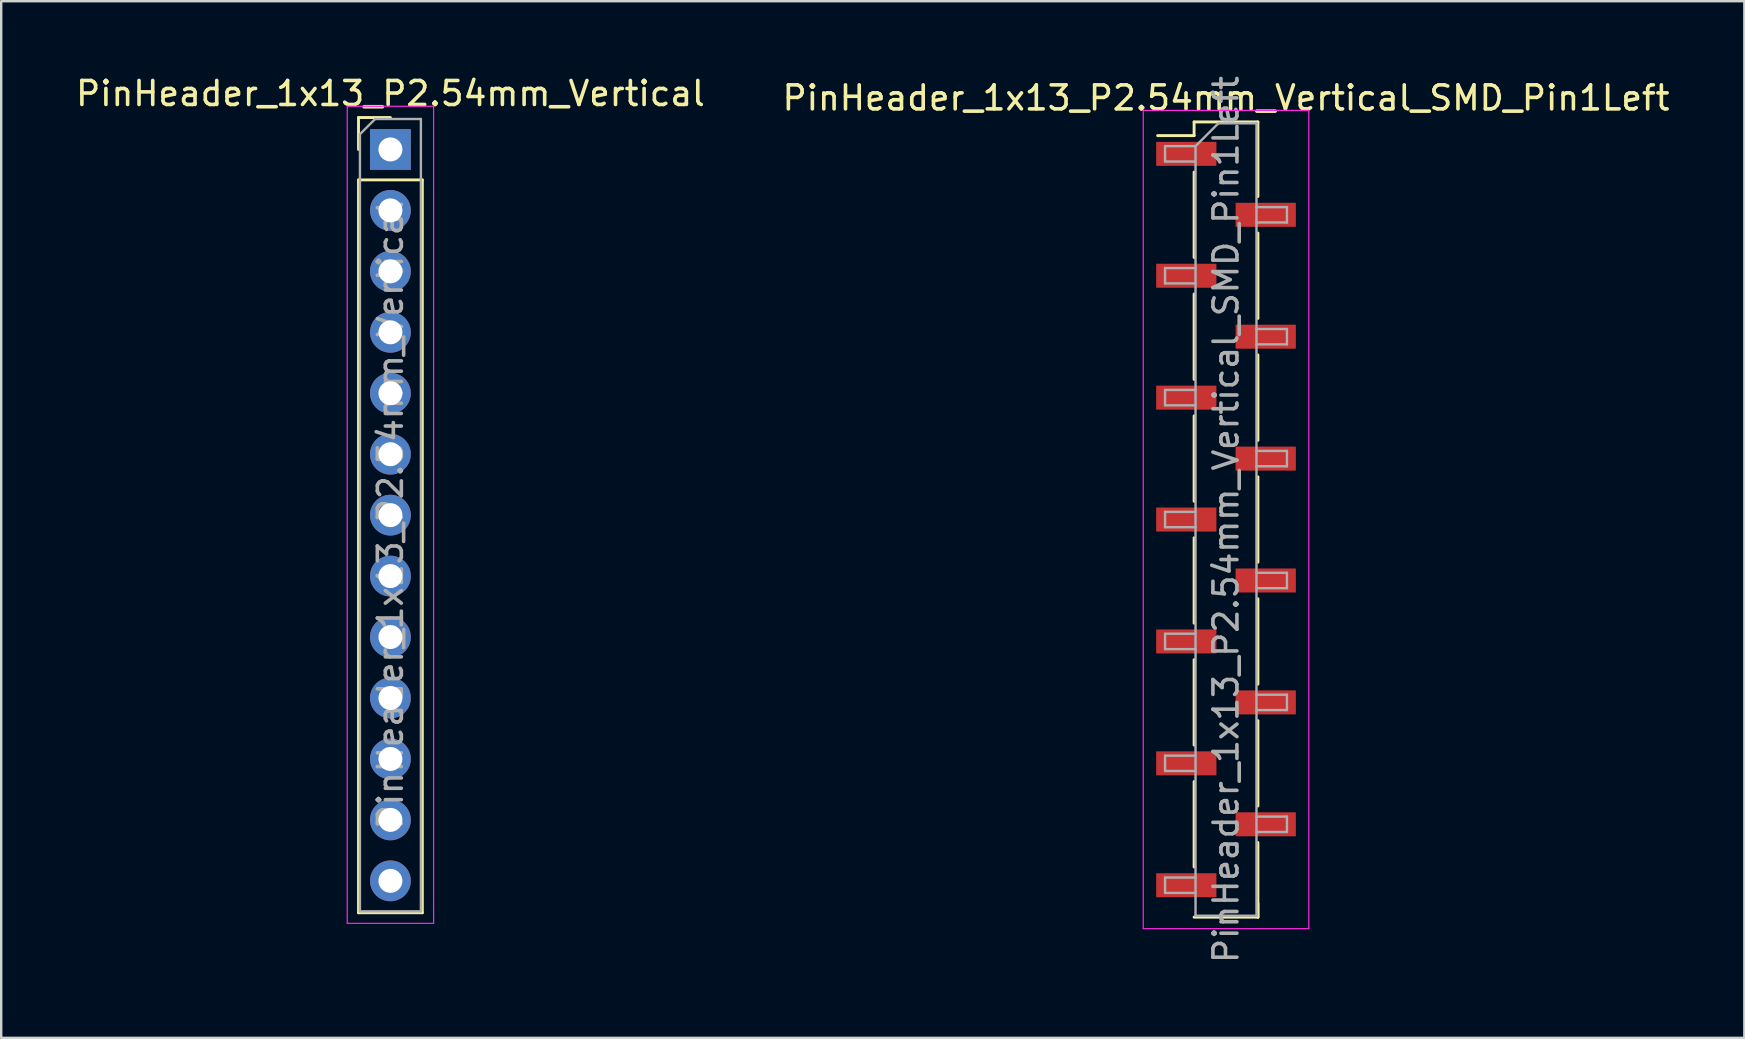
<source format=kicad_pcb>
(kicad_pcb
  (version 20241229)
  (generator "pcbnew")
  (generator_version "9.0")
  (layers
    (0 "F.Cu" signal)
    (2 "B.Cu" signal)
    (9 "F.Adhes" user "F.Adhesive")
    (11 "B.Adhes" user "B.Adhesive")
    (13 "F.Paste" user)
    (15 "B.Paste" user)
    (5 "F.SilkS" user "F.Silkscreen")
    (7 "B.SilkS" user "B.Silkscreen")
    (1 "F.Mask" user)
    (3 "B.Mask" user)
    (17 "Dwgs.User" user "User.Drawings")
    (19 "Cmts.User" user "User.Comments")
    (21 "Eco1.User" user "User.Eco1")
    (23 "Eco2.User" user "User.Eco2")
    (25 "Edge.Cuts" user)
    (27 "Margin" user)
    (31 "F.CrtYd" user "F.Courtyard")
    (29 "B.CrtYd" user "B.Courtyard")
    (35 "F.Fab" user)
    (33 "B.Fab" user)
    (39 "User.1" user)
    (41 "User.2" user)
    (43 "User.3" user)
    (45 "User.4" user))
  (footprint "PinHeader_1x13_P2.54mm_Vertical"
    (layer "F.Cu")
    (at 13.22 3.178)
    (property "Reference" "PinHeader_1x13_P2.54mm_Vertical" (at 0 -2.33 0) (layer "F.SilkS") (effects (font (size 1 1) (thickness 0.15))))
    (attr through_hole)
    (fp_line (start -1.33 -1.33) (end 0 -1.33) (stroke (width 0.12) (type solid)) (layer "F.SilkS"))
    (fp_line (start -1.33 0) (end -1.33 -1.33) (stroke (width 0.12) (type solid)) (layer "F.SilkS"))
    (fp_line (start -1.33 1.27) (end -1.33 31.81) (stroke (width 0.12) (type solid)) (layer "F.SilkS"))
    (fp_line (start -1.33 1.27) (end 1.33 1.27) (stroke (width 0.12) (type solid)) (layer "F.SilkS"))
    (fp_line (start -1.33 31.81) (end 1.33 31.81) (stroke (width 0.12) (type solid)) (layer "F.SilkS"))
    (fp_line (start 1.33 1.27) (end 1.33 31.81) (stroke (width 0.12) (type solid)) (layer "F.SilkS"))
    (fp_line (start -1.8 -1.8) (end -1.8 32.25) (stroke (width 0.05) (type solid)) (layer "F.CrtYd"))
    (fp_line (start -1.8 32.25) (end 1.8 32.25) (stroke (width 0.05) (type solid)) (layer "F.CrtYd"))
    (fp_line (start 1.8 -1.8) (end -1.8 -1.8) (stroke (width 0.05) (type solid)) (layer "F.CrtYd"))
    (fp_line (start 1.8 32.25) (end 1.8 -1.8) (stroke (width 0.05) (type solid)) (layer "F.CrtYd"))
    (fp_line (start -1.27 -0.635) (end -0.635 -1.27) (stroke (width 0.1) (type solid)) (layer "F.Fab"))
    (fp_line (start -1.27 31.75) (end -1.27 -0.635) (stroke (width 0.1) (type solid)) (layer "F.Fab"))
    (fp_line (start -0.635 -1.27) (end 1.27 -1.27) (stroke (width 0.1) (type solid)) (layer "F.Fab"))
    (fp_line (start 1.27 -1.27) (end 1.27 31.75) (stroke (width 0.1) (type solid)) (layer "F.Fab"))
    (fp_line (start 1.27 31.75) (end -1.27 31.75) (stroke (width 0.1) (type solid)) (layer "F.Fab"))
    (fp_text user "${REFERENCE}" (at 0 15.24 90) (layer "F.Fab") (effects (font (size 1 1) (thickness 0.15))))
    (pad "1" thru_hole rect (at 0 0) (size 1.7 1.7) (drill 1) (layers "*.Cu" "*.Mask"))
    (pad "2" thru_hole oval (at 0 2.54) (size 1.7 1.7) (drill 1) (layers "*.Cu" "*.Mask"))
    (pad "3" thru_hole oval (at 0 5.08) (size 1.7 1.7) (drill 1) (layers "*.Cu" "*.Mask"))
    (pad "4" thru_hole oval (at 0 7.62) (size 1.7 1.7) (drill 1) (layers "*.Cu" "*.Mask"))
    (pad "5" thru_hole oval (at 0 10.16) (size 1.7 1.7) (drill 1) (layers "*.Cu" "*.Mask"))
    (pad "6" thru_hole oval (at 0 12.7) (size 1.7 1.7) (drill 1) (layers "*.Cu" "*.Mask"))
    (pad "7" thru_hole oval (at 0 15.24) (size 1.7 1.7) (drill 1) (layers "*.Cu" "*.Mask"))
    (pad "8" thru_hole oval (at 0 17.78) (size 1.7 1.7) (drill 1) (layers "*.Cu" "*.Mask"))
    (pad "9" thru_hole oval (at 0 20.32) (size 1.7 1.7) (drill 1) (layers "*.Cu" "*.Mask"))
    (pad "10" thru_hole oval (at 0 22.86) (size 1.7 1.7) (drill 1) (layers "*.Cu" "*.Mask"))
    (pad "11" thru_hole oval (at 0 25.4) (size 1.7 1.7) (drill 1) (layers "*.Cu" "*.Mask"))
    (pad "12" thru_hole oval (at 0 27.94) (size 1.7 1.7) (drill 1) (layers "*.Cu" "*.Mask"))
    (pad "13" thru_hole oval (at 0 30.48) (size 1.7 1.7) (drill 1) (layers "*.Cu" "*.Mask")))
  (footprint "PinHeader_1x13_P2.54mm_Vertical_SMD_Pin1Left"
    (layer "F.Cu")
    (at 48.042 18.601)
    (property "Reference" "PinHeader_1x13_P2.54mm_Vertical_SMD_Pin1Left" (at 0 -17.57 0) (layer "F.SilkS") (effects (font (size 1 1) (thickness 0.15))))
    (attr smd)
    (fp_line (start -1.33 -16.57) (end -1.33 -16) (stroke (width 0.12) (type solid)) (layer "F.SilkS"))
    (fp_line (start -1.33 -16.57) (end 1.33 -16.57) (stroke (width 0.12) (type solid)) (layer "F.SilkS"))
    (fp_line (start -1.33 -16) (end -2.85 -16) (stroke (width 0.12) (type solid)) (layer "F.SilkS"))
    (fp_line (start -1.33 -14.48) (end -1.33 -10.92) (stroke (width 0.12) (type solid)) (layer "F.SilkS"))
    (fp_line (start -1.33 -9.4) (end -1.33 -5.84) (stroke (width 0.12) (type solid)) (layer "F.SilkS"))
    (fp_line (start -1.33 -4.32) (end -1.33 -0.76) (stroke (width 0.12) (type solid)) (layer "F.SilkS"))
    (fp_line (start -1.33 0.76) (end -1.33 4.32) (stroke (width 0.12) (type solid)) (layer "F.SilkS"))
    (fp_line (start -1.33 5.84) (end -1.33 9.4) (stroke (width 0.12) (type solid)) (layer "F.SilkS"))
    (fp_line (start -1.33 10.92) (end -1.33 14.48) (stroke (width 0.12) (type solid)) (layer "F.SilkS"))
    (fp_line (start -1.33 16.57) (end 1.33 16.57) (stroke (width 0.12) (type solid)) (layer "F.SilkS"))
    (fp_line (start 1.33 -16.57) (end 1.33 -13.46) (stroke (width 0.12) (type solid)) (layer "F.SilkS"))
    (fp_line (start 1.33 -11.94) (end 1.33 -8.38) (stroke (width 0.12) (type solid)) (layer "F.SilkS"))
    (fp_line (start 1.33 -6.86) (end 1.33 -3.3) (stroke (width 0.12) (type solid)) (layer "F.SilkS"))
    (fp_line (start 1.33 -1.78) (end 1.33 1.78) (stroke (width 0.12) (type solid)) (layer "F.SilkS"))
    (fp_line (start 1.33 3.3) (end 1.33 6.86) (stroke (width 0.12) (type solid)) (layer "F.SilkS"))
    (fp_line (start 1.33 8.38) (end 1.33 11.94) (stroke (width 0.12) (type solid)) (layer "F.SilkS"))
    (fp_line (start 1.33 13.46) (end 1.33 16.57) (stroke (width 0.12) (type solid)) (layer "F.SilkS"))
    (fp_line (start 1.33 16) (end 1.33 16.57) (stroke (width 0.12) (type solid)) (layer "F.SilkS"))
    (fp_line (start -3.45 -17.05) (end -3.45 17.05) (stroke (width 0.05) (type solid)) (layer "F.CrtYd"))
    (fp_line (start -3.45 17.05) (end 3.45 17.05) (stroke (width 0.05) (type solid)) (layer "F.CrtYd"))
    (fp_line (start 3.45 -17.05) (end -3.45 -17.05) (stroke (width 0.05) (type solid)) (layer "F.CrtYd"))
    (fp_line (start 3.45 17.05) (end 3.45 -17.05) (stroke (width 0.05) (type solid)) (layer "F.CrtYd"))
    (fp_line (start -2.54 -15.56) (end -2.54 -14.92) (stroke (width 0.1) (type solid)) (layer "F.Fab"))
    (fp_line (start -2.54 -14.92) (end -1.27 -14.92) (stroke (width 0.1) (type solid)) (layer "F.Fab"))
    (fp_line (start -2.54 -10.48) (end -2.54 -9.84) (stroke (width 0.1) (type solid)) (layer "F.Fab"))
    (fp_line (start -2.54 -9.84) (end -1.27 -9.84) (stroke (width 0.1) (type solid)) (layer "F.Fab"))
    (fp_line (start -2.54 -5.4) (end -2.54 -4.76) (stroke (width 0.1) (type solid)) (layer "F.Fab"))
    (fp_line (start -2.54 -4.76) (end -1.27 -4.76) (stroke (width 0.1) (type solid)) (layer "F.Fab"))
    (fp_line (start -2.54 -0.32) (end -2.54 0.32) (stroke (width 0.1) (type solid)) (layer "F.Fab"))
    (fp_line (start -2.54 0.32) (end -1.27 0.32) (stroke (width 0.1) (type solid)) (layer "F.Fab"))
    (fp_line (start -2.54 4.76) (end -2.54 5.4) (stroke (width 0.1) (type solid)) (layer "F.Fab"))
    (fp_line (start -2.54 5.4) (end -1.27 5.4) (stroke (width 0.1) (type solid)) (layer "F.Fab"))
    (fp_line (start -2.54 9.84) (end -2.54 10.48) (stroke (width 0.1) (type solid)) (layer "F.Fab"))
    (fp_line (start -2.54 10.48) (end -1.27 10.48) (stroke (width 0.1) (type solid)) (layer "F.Fab"))
    (fp_line (start -2.54 14.92) (end -2.54 15.56) (stroke (width 0.1) (type solid)) (layer "F.Fab"))
    (fp_line (start -2.54 15.56) (end -1.27 15.56) (stroke (width 0.1) (type solid)) (layer "F.Fab"))
    (fp_line (start -1.27 -15.56) (end -2.54 -15.56) (stroke (width 0.1) (type solid)) (layer "F.Fab"))
    (fp_line (start -1.27 -15.56) (end -0.32 -16.51) (stroke (width 0.1) (type solid)) (layer "F.Fab"))
    (fp_line (start -1.27 -10.48) (end -2.54 -10.48) (stroke (width 0.1) (type solid)) (layer "F.Fab"))
    (fp_line (start -1.27 -5.4) (end -2.54 -5.4) (stroke (width 0.1) (type solid)) (layer "F.Fab"))
    (fp_line (start -1.27 -0.32) (end -2.54 -0.32) (stroke (width 0.1) (type solid)) (layer "F.Fab"))
    (fp_line (start -1.27 4.76) (end -2.54 4.76) (stroke (width 0.1) (type solid)) (layer "F.Fab"))
    (fp_line (start -1.27 9.84) (end -2.54 9.84) (stroke (width 0.1) (type solid)) (layer "F.Fab"))
    (fp_line (start -1.27 14.92) (end -2.54 14.92) (stroke (width 0.1) (type solid)) (layer "F.Fab"))
    (fp_line (start -1.27 16.51) (end -1.27 -15.56) (stroke (width 0.1) (type solid)) (layer "F.Fab"))
    (fp_line (start -0.32 -16.51) (end 1.27 -16.51) (stroke (width 0.1) (type solid)) (layer "F.Fab"))
    (fp_line (start 1.27 -16.51) (end 1.27 16.51) (stroke (width 0.1) (type solid)) (layer "F.Fab"))
    (fp_line (start 1.27 -13.02) (end 2.54 -13.02) (stroke (width 0.1) (type solid)) (layer "F.Fab"))
    (fp_line (start 1.27 -7.94) (end 2.54 -7.94) (stroke (width 0.1) (type solid)) (layer "F.Fab"))
    (fp_line (start 1.27 -2.86) (end 2.54 -2.86) (stroke (width 0.1) (type solid)) (layer "F.Fab"))
    (fp_line (start 1.27 2.22) (end 2.54 2.22) (stroke (width 0.1) (type solid)) (layer "F.Fab"))
    (fp_line (start 1.27 7.3) (end 2.54 7.3) (stroke (width 0.1) (type solid)) (layer "F.Fab"))
    (fp_line (start 1.27 12.38) (end 2.54 12.38) (stroke (width 0.1) (type solid)) (layer "F.Fab"))
    (fp_line (start 1.27 16.51) (end -1.27 16.51) (stroke (width 0.1) (type solid)) (layer "F.Fab"))
    (fp_line (start 2.54 -13.02) (end 2.54 -12.38) (stroke (width 0.1) (type solid)) (layer "F.Fab"))
    (fp_line (start 2.54 -12.38) (end 1.27 -12.38) (stroke (width 0.1) (type solid)) (layer "F.Fab"))
    (fp_line (start 2.54 -7.94) (end 2.54 -7.3) (stroke (width 0.1) (type solid)) (layer "F.Fab"))
    (fp_line (start 2.54 -7.3) (end 1.27 -7.3) (stroke (width 0.1) (type solid)) (layer "F.Fab"))
    (fp_line (start 2.54 -2.86) (end 2.54 -2.22) (stroke (width 0.1) (type solid)) (layer "F.Fab"))
    (fp_line (start 2.54 -2.22) (end 1.27 -2.22) (stroke (width 0.1) (type solid)) (layer "F.Fab"))
    (fp_line (start 2.54 2.22) (end 2.54 2.86) (stroke (width 0.1) (type solid)) (layer "F.Fab"))
    (fp_line (start 2.54 2.86) (end 1.27 2.86) (stroke (width 0.1) (type solid)) (layer "F.Fab"))
    (fp_line (start 2.54 7.3) (end 2.54 7.94) (stroke (width 0.1) (type solid)) (layer "F.Fab"))
    (fp_line (start 2.54 7.94) (end 1.27 7.94) (stroke (width 0.1) (type solid)) (layer "F.Fab"))
    (fp_line (start 2.54 12.38) (end 2.54 13.02) (stroke (width 0.1) (type solid)) (layer "F.Fab"))
    (fp_line (start 2.54 13.02) (end 1.27 13.02) (stroke (width 0.1) (type solid)) (layer "F.Fab"))
    (fp_text user "${REFERENCE}" (at 0 0 90) (layer "F.Fab") (effects (font (size 1 1) (thickness 0.15))))
    (pad "1" smd rect (at -1.655 -15.24) (size 2.51 1) (layers "F.Cu" "F.Mask" "F.Paste"))
    (pad "2" smd rect (at 1.655 -12.7) (size 2.51 1) (layers "F.Cu" "F.Mask" "F.Paste"))
    (pad "3" smd rect (at -1.655 -10.16) (size 2.51 1) (layers "F.Cu" "F.Mask" "F.Paste"))
    (pad "4" smd rect (at 1.655 -7.62) (size 2.51 1) (layers "F.Cu" "F.Mask" "F.Paste"))
    (pad "5" smd rect (at -1.655 -5.08) (size 2.51 1) (layers "F.Cu" "F.Mask" "F.Paste"))
    (pad "6" smd rect (at 1.655 -2.54) (size 2.51 1) (layers "F.Cu" "F.Mask" "F.Paste"))
    (pad "7" smd rect (at -1.655 0) (size 2.51 1) (layers "F.Cu" "F.Mask" "F.Paste"))
    (pad "8" smd rect (at 1.655 2.54) (size 2.51 1) (layers "F.Cu" "F.Mask" "F.Paste"))
    (pad "9" smd rect (at -1.655 5.08) (size 2.51 1) (layers "F.Cu" "F.Mask" "F.Paste"))
    (pad "10" smd rect (at 1.655 7.62) (size 2.51 1) (layers "F.Cu" "F.Mask" "F.Paste"))
    (pad "11" smd rect (at -1.655 10.16) (size 2.51 1) (layers "F.Cu" "F.Mask" "F.Paste"))
    (pad "12" smd rect (at 1.655 12.7) (size 2.51 1) (layers "F.Cu" "F.Mask" "F.Paste"))
    (pad "13" smd rect (at -1.655 15.24) (size 2.51 1) (layers "F.Cu" "F.Mask" "F.Paste")))
  (gr_rect
    (start -3 -3)
    (end 69.643 40.202)
    (stroke (width 0.1) (type default))
    (fill no)
    (layer "Edge.Cuts")))
</source>
